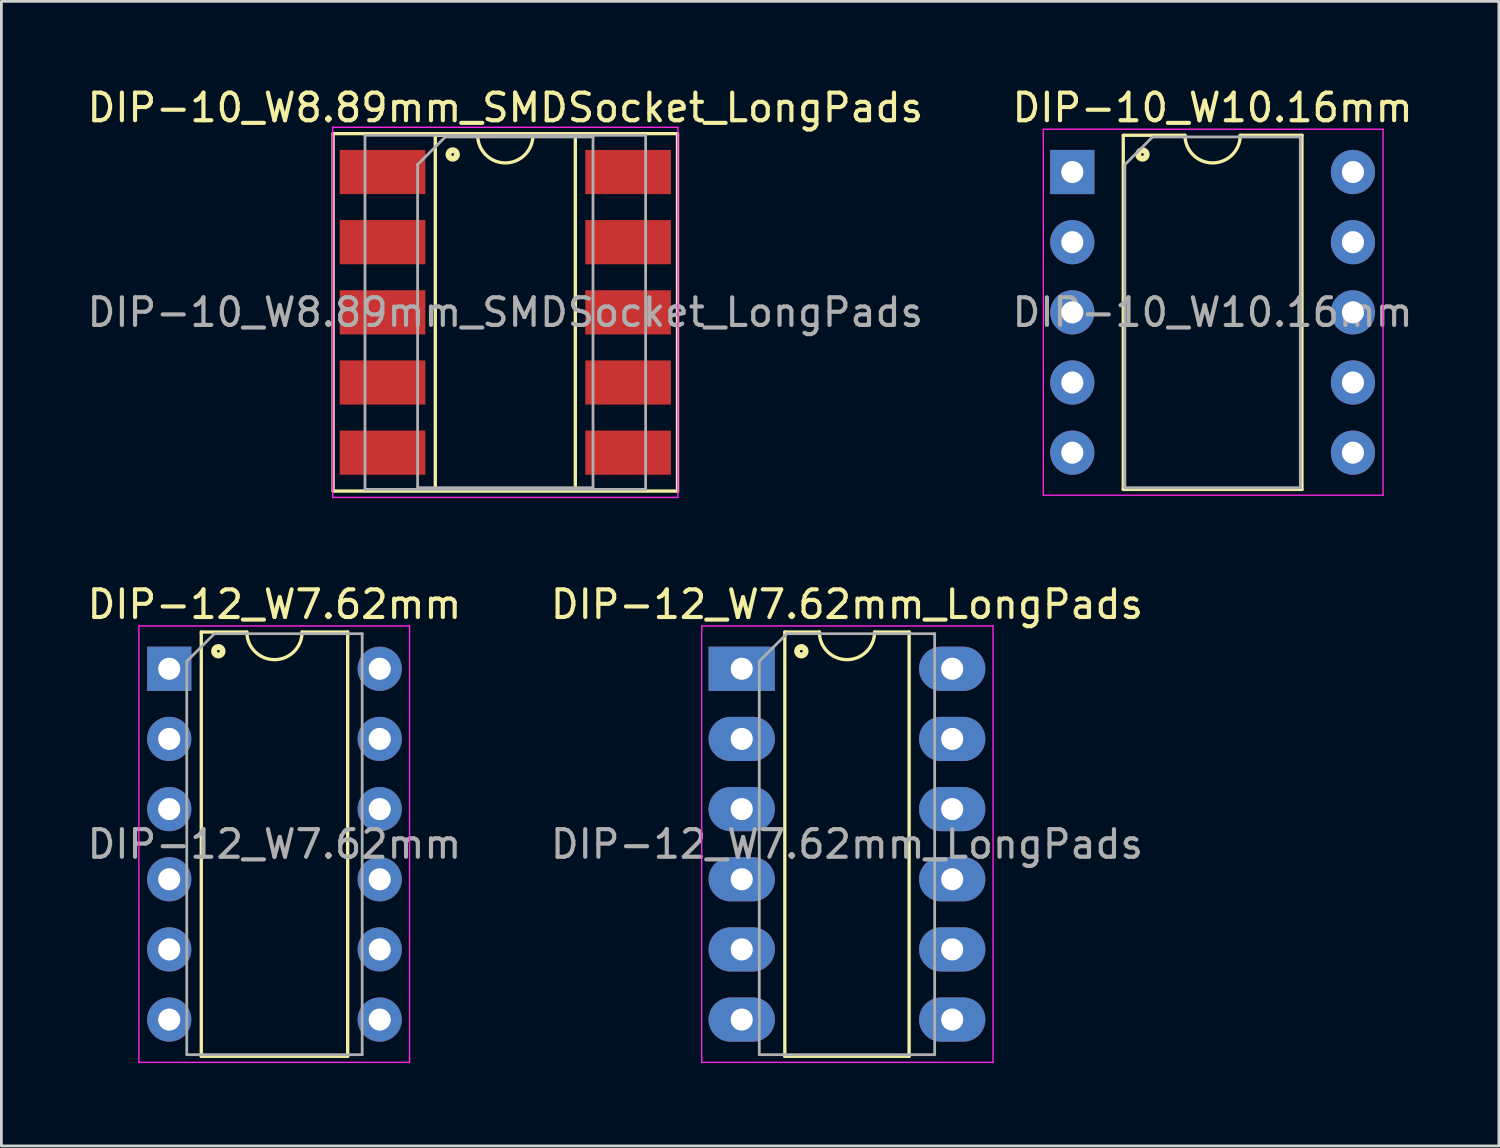
<source format=kicad_pcb>
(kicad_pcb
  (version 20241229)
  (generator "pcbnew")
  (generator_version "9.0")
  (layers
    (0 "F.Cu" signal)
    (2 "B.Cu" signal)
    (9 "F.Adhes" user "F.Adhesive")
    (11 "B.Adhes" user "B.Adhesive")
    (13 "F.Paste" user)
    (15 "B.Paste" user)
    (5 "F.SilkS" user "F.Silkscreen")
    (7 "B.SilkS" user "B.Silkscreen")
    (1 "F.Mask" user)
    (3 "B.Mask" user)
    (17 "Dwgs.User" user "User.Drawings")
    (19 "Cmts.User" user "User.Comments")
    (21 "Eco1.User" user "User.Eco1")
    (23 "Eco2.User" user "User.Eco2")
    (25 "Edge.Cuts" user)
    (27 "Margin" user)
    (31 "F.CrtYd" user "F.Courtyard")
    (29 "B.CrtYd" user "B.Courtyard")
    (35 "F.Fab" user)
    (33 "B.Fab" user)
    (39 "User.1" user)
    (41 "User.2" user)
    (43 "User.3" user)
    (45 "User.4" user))
  (footprint "DIP-10_W10.16mm"
    (layer "F.Cu")
    (at 35.771 3.178)
    (property "Reference" "DIP-10_W10.16mm" (at 5.08 -2.33 0) (layer "F.SilkS") (effects (font (size 1 1) (thickness 0.15))))
    (attr through_hole)
    (fp_line (start 1.845 -1.33) (end 1.845 11.49) (stroke (width 0.12) (type solid)) (layer "F.SilkS"))
    (fp_line (start 1.845 11.49) (end 8.315 11.49) (stroke (width 0.12) (type solid)) (layer "F.SilkS"))
    (fp_line (start 4.08 -1.33) (end 1.845 -1.33) (stroke (width 0.12) (type solid)) (layer "F.SilkS"))
    (fp_line (start 8.315 -1.33) (end 6.08 -1.33) (stroke (width 0.12) (type solid)) (layer "F.SilkS"))
    (fp_line (start 8.315 11.49) (end 8.315 -1.33) (stroke (width 0.12) (type solid)) (layer "F.SilkS"))
    (fp_arc (start 6.08 -1.33) (mid 5.08 -0.33) (end 4.08 -1.33) (stroke (width 0.12) (type solid)) (layer "F.SilkS"))
    (fp_circle (center 2.54 -0.635) (end 2.59 -0.635) (stroke (width 0.12) (type solid)) (fill no) (layer "F.SilkS"))
    (fp_circle (center 2.54 -0.635) (end 2.665 -0.635) (stroke (width 0.12) (type solid)) (fill no) (layer "F.SilkS"))
    (fp_circle (center 2.54 -0.635) (end 2.74 -0.635) (stroke (width 0.12) (type solid)) (fill no) (layer "F.SilkS"))
    (fp_line (start -1.05 -1.55) (end -1.05 11.7) (stroke (width 0.05) (type solid)) (layer "F.CrtYd"))
    (fp_line (start -1.05 11.7) (end 11.25 11.7) (stroke (width 0.05) (type solid)) (layer "F.CrtYd"))
    (fp_line (start 11.25 -1.55) (end -1.05 -1.55) (stroke (width 0.05) (type solid)) (layer "F.CrtYd"))
    (fp_line (start 11.25 11.7) (end 11.25 -1.55) (stroke (width 0.05) (type solid)) (layer "F.CrtYd"))
    (fp_line (start 1.905 -0.27) (end 2.905 -1.27) (stroke (width 0.1) (type solid)) (layer "F.Fab"))
    (fp_line (start 1.905 11.43) (end 1.905 -0.27) (stroke (width 0.1) (type solid)) (layer "F.Fab"))
    (fp_line (start 2.905 -1.27) (end 8.255 -1.27) (stroke (width 0.1) (type solid)) (layer "F.Fab"))
    (fp_line (start 8.255 -1.27) (end 8.255 11.43) (stroke (width 0.1) (type solid)) (layer "F.Fab"))
    (fp_line (start 8.255 11.43) (end 1.905 11.43) (stroke (width 0.1) (type solid)) (layer "F.Fab"))
    (fp_text user "${REFERENCE}" (at 5.08 5.08 0) (layer "F.Fab") (effects (font (size 1 1) (thickness 0.15))))
    (pad "1" thru_hole rect (at 0 0) (size 1.6 1.6) (drill 0.8) (layers "*.Cu" "*.Mask"))
    (pad "2" thru_hole oval (at 0 2.54) (size 1.6 1.6) (drill 0.8) (layers "*.Cu" "*.Mask"))
    (pad "3" thru_hole oval (at 0 5.08) (size 1.6 1.6) (drill 0.8) (layers "*.Cu" "*.Mask"))
    (pad "4" thru_hole oval (at 0 7.62) (size 1.6 1.6) (drill 0.8) (layers "*.Cu" "*.Mask"))
    (pad "5" thru_hole oval (at 0 10.16) (size 1.6 1.6) (drill 0.8) (layers "*.Cu" "*.Mask"))
    (pad "6" thru_hole oval (at 10.16 10.16) (size 1.6 1.6) (drill 0.8) (layers "*.Cu" "*.Mask"))
    (pad "7" thru_hole oval (at 10.16 7.62) (size 1.6 1.6) (drill 0.8) (layers "*.Cu" "*.Mask"))
    (pad "8" thru_hole oval (at 10.16 5.08) (size 1.6 1.6) (drill 0.8) (layers "*.Cu" "*.Mask"))
    (pad "9" thru_hole oval (at 10.16 2.54) (size 1.6 1.6) (drill 0.8) (layers "*.Cu" "*.Mask"))
    (pad "10" thru_hole oval (at 10.16 0) (size 1.6 1.6) (drill 0.8) (layers "*.Cu" "*.Mask")))
  (footprint "DIP-12_W7.62mm"
    (layer "F.Cu")
    (at 3.077 21.162)
    (property "Reference" "DIP-12_W7.62mm" (at 3.81 -2.33 0) (layer "F.SilkS") (effects (font (size 1 1) (thickness 0.15))))
    (attr through_hole)
    (fp_line (start 1.16 -1.33) (end 1.16 14.03) (stroke (width 0.12) (type solid)) (layer "F.SilkS"))
    (fp_line (start 1.16 14.03) (end 6.46 14.03) (stroke (width 0.12) (type solid)) (layer "F.SilkS"))
    (fp_line (start 2.81 -1.33) (end 1.16 -1.33) (stroke (width 0.12) (type solid)) (layer "F.SilkS"))
    (fp_line (start 6.46 -1.33) (end 4.81 -1.33) (stroke (width 0.12) (type solid)) (layer "F.SilkS"))
    (fp_line (start 6.46 14.03) (end 6.46 -1.33) (stroke (width 0.12) (type solid)) (layer "F.SilkS"))
    (fp_arc (start 4.81 -1.33) (mid 3.81 -0.33) (end 2.81 -1.33) (stroke (width 0.12) (type solid)) (layer "F.SilkS"))
    (fp_circle (center 1.778 -0.635) (end 1.828 -0.635) (stroke (width 0.12) (type solid)) (fill no) (layer "F.SilkS"))
    (fp_circle (center 1.778 -0.635) (end 1.903 -0.635) (stroke (width 0.12) (type solid)) (fill no) (layer "F.SilkS"))
    (fp_circle (center 1.778 -0.635) (end 1.978 -0.635) (stroke (width 0.12) (type solid)) (fill no) (layer "F.SilkS"))
    (fp_line (start -1.1 -1.55) (end -1.1 14.25) (stroke (width 0.05) (type solid)) (layer "F.CrtYd"))
    (fp_line (start -1.1 14.25) (end 8.7 14.25) (stroke (width 0.05) (type solid)) (layer "F.CrtYd"))
    (fp_line (start 8.7 -1.55) (end -1.1 -1.55) (stroke (width 0.05) (type solid)) (layer "F.CrtYd"))
    (fp_line (start 8.7 14.25) (end 8.7 -1.55) (stroke (width 0.05) (type solid)) (layer "F.CrtYd"))
    (fp_line (start 0.635 -0.27) (end 1.635 -1.27) (stroke (width 0.1) (type solid)) (layer "F.Fab"))
    (fp_line (start 0.635 13.97) (end 0.635 -0.27) (stroke (width 0.1) (type solid)) (layer "F.Fab"))
    (fp_line (start 1.635 -1.27) (end 6.985 -1.27) (stroke (width 0.1) (type solid)) (layer "F.Fab"))
    (fp_line (start 6.985 -1.27) (end 6.985 13.97) (stroke (width 0.1) (type solid)) (layer "F.Fab"))
    (fp_line (start 6.985 13.97) (end 0.635 13.97) (stroke (width 0.1) (type solid)) (layer "F.Fab"))
    (fp_text user "${REFERENCE}" (at 3.81 6.35 0) (layer "F.Fab") (effects (font (size 1 1) (thickness 0.15))))
    (pad "1" thru_hole rect (at 0 0) (size 1.6 1.6) (drill 0.8) (layers "*.Cu" "*.Mask"))
    (pad "2" thru_hole oval (at 0 2.54) (size 1.6 1.6) (drill 0.8) (layers "*.Cu" "*.Mask"))
    (pad "3" thru_hole oval (at 0 5.08) (size 1.6 1.6) (drill 0.8) (layers "*.Cu" "*.Mask"))
    (pad "4" thru_hole oval (at 0 7.62) (size 1.6 1.6) (drill 0.8) (layers "*.Cu" "*.Mask"))
    (pad "5" thru_hole oval (at 0 10.16) (size 1.6 1.6) (drill 0.8) (layers "*.Cu" "*.Mask"))
    (pad "6" thru_hole oval (at 0 12.7) (size 1.6 1.6) (drill 0.8) (layers "*.Cu" "*.Mask"))
    (pad "7" thru_hole oval (at 7.62 12.7) (size 1.6 1.6) (drill 0.8) (layers "*.Cu" "*.Mask"))
    (pad "8" thru_hole oval (at 7.62 10.16) (size 1.6 1.6) (drill 0.8) (layers "*.Cu" "*.Mask"))
    (pad "9" thru_hole oval (at 7.62 7.62) (size 1.6 1.6) (drill 0.8) (layers "*.Cu" "*.Mask"))
    (pad "10" thru_hole oval (at 7.62 5.08) (size 1.6 1.6) (drill 0.8) (layers "*.Cu" "*.Mask"))
    (pad "11" thru_hole oval (at 7.62 2.54) (size 1.6 1.6) (drill 0.8) (layers "*.Cu" "*.Mask"))
    (pad "12" thru_hole oval (at 7.62 0) (size 1.6 1.6) (drill 0.8) (layers "*.Cu" "*.Mask")))
  (footprint "DIP-10_W8.89mm_SMDSocket_LongPads"
    (layer "F.Cu")
    (at 15.244 8.258)
    (property "Reference" "DIP-10_W8.89mm_SMDSocket_LongPads" (at 0 -7.41 0) (layer "F.SilkS") (effects (font (size 1 1) (thickness 0.15))))
    (attr smd)
    (fp_line (start -6.235 -6.47) (end -6.235 6.47) (stroke (width 0.12) (type solid)) (layer "F.SilkS"))
    (fp_line (start -6.235 6.47) (end 6.235 6.47) (stroke (width 0.12) (type solid)) (layer "F.SilkS"))
    (fp_line (start -2.535 -6.41) (end -2.535 6.41) (stroke (width 0.12) (type solid)) (layer "F.SilkS"))
    (fp_line (start -2.535 6.41) (end 2.535 6.41) (stroke (width 0.12) (type solid)) (layer "F.SilkS"))
    (fp_line (start -1 -6.41) (end -2.535 -6.41) (stroke (width 0.12) (type solid)) (layer "F.SilkS"))
    (fp_line (start 2.535 -6.41) (end 1 -6.41) (stroke (width 0.12) (type solid)) (layer "F.SilkS"))
    (fp_line (start 2.535 6.41) (end 2.535 -6.41) (stroke (width 0.12) (type solid)) (layer "F.SilkS"))
    (fp_line (start 6.235 -6.47) (end -6.235 -6.47) (stroke (width 0.12) (type solid)) (layer "F.SilkS"))
    (fp_line (start 6.235 6.47) (end 6.235 -6.47) (stroke (width 0.12) (type solid)) (layer "F.SilkS"))
    (fp_arc (start 1 -6.41) (mid 0 -5.41) (end -1 -6.41) (stroke (width 0.12) (type solid)) (layer "F.SilkS"))
    (fp_circle (center -1.905 -5.715) (end -1.855 -5.715) (stroke (width 0.12) (type solid)) (fill no) (layer "F.SilkS"))
    (fp_circle (center -1.905 -5.715) (end -1.78 -5.715) (stroke (width 0.12) (type solid)) (fill no) (layer "F.SilkS"))
    (fp_circle (center -1.905 -5.715) (end -1.705 -5.715) (stroke (width 0.12) (type solid)) (fill no) (layer "F.SilkS"))
    (fp_line (start -6.25 -6.7) (end -6.25 6.7) (stroke (width 0.05) (type solid)) (layer "F.CrtYd"))
    (fp_line (start -6.25 6.7) (end 6.25 6.7) (stroke (width 0.05) (type solid)) (layer "F.CrtYd"))
    (fp_line (start 6.25 -6.7) (end -6.25 -6.7) (stroke (width 0.05) (type solid)) (layer "F.CrtYd"))
    (fp_line (start 6.25 6.7) (end 6.25 -6.7) (stroke (width 0.05) (type solid)) (layer "F.CrtYd"))
    (fp_line (start -5.08 -6.41) (end -5.08 6.41) (stroke (width 0.1) (type solid)) (layer "F.Fab"))
    (fp_line (start -5.08 6.41) (end 5.08 6.41) (stroke (width 0.1) (type solid)) (layer "F.Fab"))
    (fp_line (start -3.175 -5.35) (end -2.175 -6.35) (stroke (width 0.1) (type solid)) (layer "F.Fab"))
    (fp_line (start -3.175 6.35) (end -3.175 -5.35) (stroke (width 0.1) (type solid)) (layer "F.Fab"))
    (fp_line (start -2.175 -6.35) (end 3.175 -6.35) (stroke (width 0.1) (type solid)) (layer "F.Fab"))
    (fp_line (start 3.175 -6.35) (end 3.175 6.35) (stroke (width 0.1) (type solid)) (layer "F.Fab"))
    (fp_line (start 3.175 6.35) (end -3.175 6.35) (stroke (width 0.1) (type solid)) (layer "F.Fab"))
    (fp_line (start 5.08 -6.41) (end -5.08 -6.41) (stroke (width 0.1) (type solid)) (layer "F.Fab"))
    (fp_line (start 5.08 6.41) (end 5.08 -6.41) (stroke (width 0.1) (type solid)) (layer "F.Fab"))
    (fp_text user "${REFERENCE}" (at 0 0 0) (layer "F.Fab") (effects (font (size 1 1) (thickness 0.15))))
    (pad "1" smd rect (at -4.445 -5.08) (size 3.1 1.6) (layers "F.Cu" "F.Mask" "F.Paste"))
    (pad "2" smd rect (at -4.445 -2.54) (size 3.1 1.6) (layers "F.Cu" "F.Mask" "F.Paste"))
    (pad "3" smd rect (at -4.445 0) (size 3.1 1.6) (layers "F.Cu" "F.Mask" "F.Paste"))
    (pad "4" smd rect (at -4.445 2.54) (size 3.1 1.6) (layers "F.Cu" "F.Mask" "F.Paste"))
    (pad "5" smd rect (at -4.445 5.08) (size 3.1 1.6) (layers "F.Cu" "F.Mask" "F.Paste"))
    (pad "6" smd rect (at 4.445 5.08) (size 3.1 1.6) (layers "F.Cu" "F.Mask" "F.Paste"))
    (pad "7" smd rect (at 4.445 2.54) (size 3.1 1.6) (layers "F.Cu" "F.Mask" "F.Paste"))
    (pad "8" smd rect (at 4.445 0) (size 3.1 1.6) (layers "F.Cu" "F.Mask" "F.Paste"))
    (pad "9" smd rect (at 4.445 -2.54) (size 3.1 1.6) (layers "F.Cu" "F.Mask" "F.Paste"))
    (pad "10" smd rect (at 4.445 -5.08) (size 3.1 1.6) (layers "F.Cu" "F.Mask" "F.Paste")))
  (footprint "DIP-12_W7.62mm_LongPads"
    (layer "F.Cu")
    (at 23.803 21.162)
    (property "Reference" "DIP-12_W7.62mm_LongPads" (at 3.81 -2.33 0) (layer "F.SilkS") (effects (font (size 1 1) (thickness 0.15))))
    (attr through_hole)
    (fp_line (start 1.56 -1.33) (end 1.56 14.03) (stroke (width 0.12) (type solid)) (layer "F.SilkS"))
    (fp_line (start 1.56 14.03) (end 6.06 14.03) (stroke (width 0.12) (type solid)) (layer "F.SilkS"))
    (fp_line (start 2.81 -1.33) (end 1.56 -1.33) (stroke (width 0.12) (type solid)) (layer "F.SilkS"))
    (fp_line (start 6.06 -1.33) (end 4.81 -1.33) (stroke (width 0.12) (type solid)) (layer "F.SilkS"))
    (fp_line (start 6.06 14.03) (end 6.06 -1.33) (stroke (width 0.12) (type solid)) (layer "F.SilkS"))
    (fp_arc (start 4.81 -1.33) (mid 3.81 -0.33) (end 2.81 -1.33) (stroke (width 0.12) (type solid)) (layer "F.SilkS"))
    (fp_circle (center 2.159 -0.635) (end 2.209 -0.635) (stroke (width 0.12) (type solid)) (fill no) (layer "F.SilkS"))
    (fp_circle (center 2.159 -0.635) (end 2.284 -0.635) (stroke (width 0.12) (type solid)) (fill no) (layer "F.SilkS"))
    (fp_circle (center 2.159 -0.635) (end 2.359 -0.635) (stroke (width 0.12) (type solid)) (fill no) (layer "F.SilkS"))
    (fp_line (start -1.45 -1.55) (end -1.45 14.25) (stroke (width 0.05) (type solid)) (layer "F.CrtYd"))
    (fp_line (start -1.45 14.25) (end 9.1 14.25) (stroke (width 0.05) (type solid)) (layer "F.CrtYd"))
    (fp_line (start 9.1 -1.55) (end -1.45 -1.55) (stroke (width 0.05) (type solid)) (layer "F.CrtYd"))
    (fp_line (start 9.1 14.25) (end 9.1 -1.55) (stroke (width 0.05) (type solid)) (layer "F.CrtYd"))
    (fp_line (start 0.635 -0.27) (end 1.635 -1.27) (stroke (width 0.1) (type solid)) (layer "F.Fab"))
    (fp_line (start 0.635 13.97) (end 0.635 -0.27) (stroke (width 0.1) (type solid)) (layer "F.Fab"))
    (fp_line (start 1.635 -1.27) (end 6.985 -1.27) (stroke (width 0.1) (type solid)) (layer "F.Fab"))
    (fp_line (start 6.985 -1.27) (end 6.985 13.97) (stroke (width 0.1) (type solid)) (layer "F.Fab"))
    (fp_line (start 6.985 13.97) (end 0.635 13.97) (stroke (width 0.1) (type solid)) (layer "F.Fab"))
    (fp_text user "${REFERENCE}" (at 3.81 6.35 0) (layer "F.Fab") (effects (font (size 1 1) (thickness 0.15))))
    (pad "1" thru_hole rect (at 0 0) (size 2.4 1.6) (drill 0.8) (layers "*.Cu" "*.Mask"))
    (pad "2" thru_hole oval (at 0 2.54) (size 2.4 1.6) (drill 0.8) (layers "*.Cu" "*.Mask"))
    (pad "3" thru_hole oval (at 0 5.08) (size 2.4 1.6) (drill 0.8) (layers "*.Cu" "*.Mask"))
    (pad "4" thru_hole oval (at 0 7.62) (size 2.4 1.6) (drill 0.8) (layers "*.Cu" "*.Mask"))
    (pad "5" thru_hole oval (at 0 10.16) (size 2.4 1.6) (drill 0.8) (layers "*.Cu" "*.Mask"))
    (pad "6" thru_hole oval (at 0 12.7) (size 2.4 1.6) (drill 0.8) (layers "*.Cu" "*.Mask"))
    (pad "7" thru_hole oval (at 7.62 12.7) (size 2.4 1.6) (drill 0.8) (layers "*.Cu" "*.Mask"))
    (pad "8" thru_hole oval (at 7.62 10.16) (size 2.4 1.6) (drill 0.8) (layers "*.Cu" "*.Mask"))
    (pad "9" thru_hole oval (at 7.62 7.62) (size 2.4 1.6) (drill 0.8) (layers "*.Cu" "*.Mask"))
    (pad "10" thru_hole oval (at 7.62 5.08) (size 2.4 1.6) (drill 0.8) (layers "*.Cu" "*.Mask"))
    (pad "11" thru_hole oval (at 7.62 2.54) (size 2.4 1.6) (drill 0.8) (layers "*.Cu" "*.Mask"))
    (pad "12" thru_hole oval (at 7.62 0) (size 2.4 1.6) (drill 0.8) (layers "*.Cu" "*.Mask")))
  (gr_rect
    (start -3 -3)
    (end 51.214 38.437)
    (stroke (width 0.1) (type default))
    (fill no)
    (layer "Edge.Cuts")))
</source>
